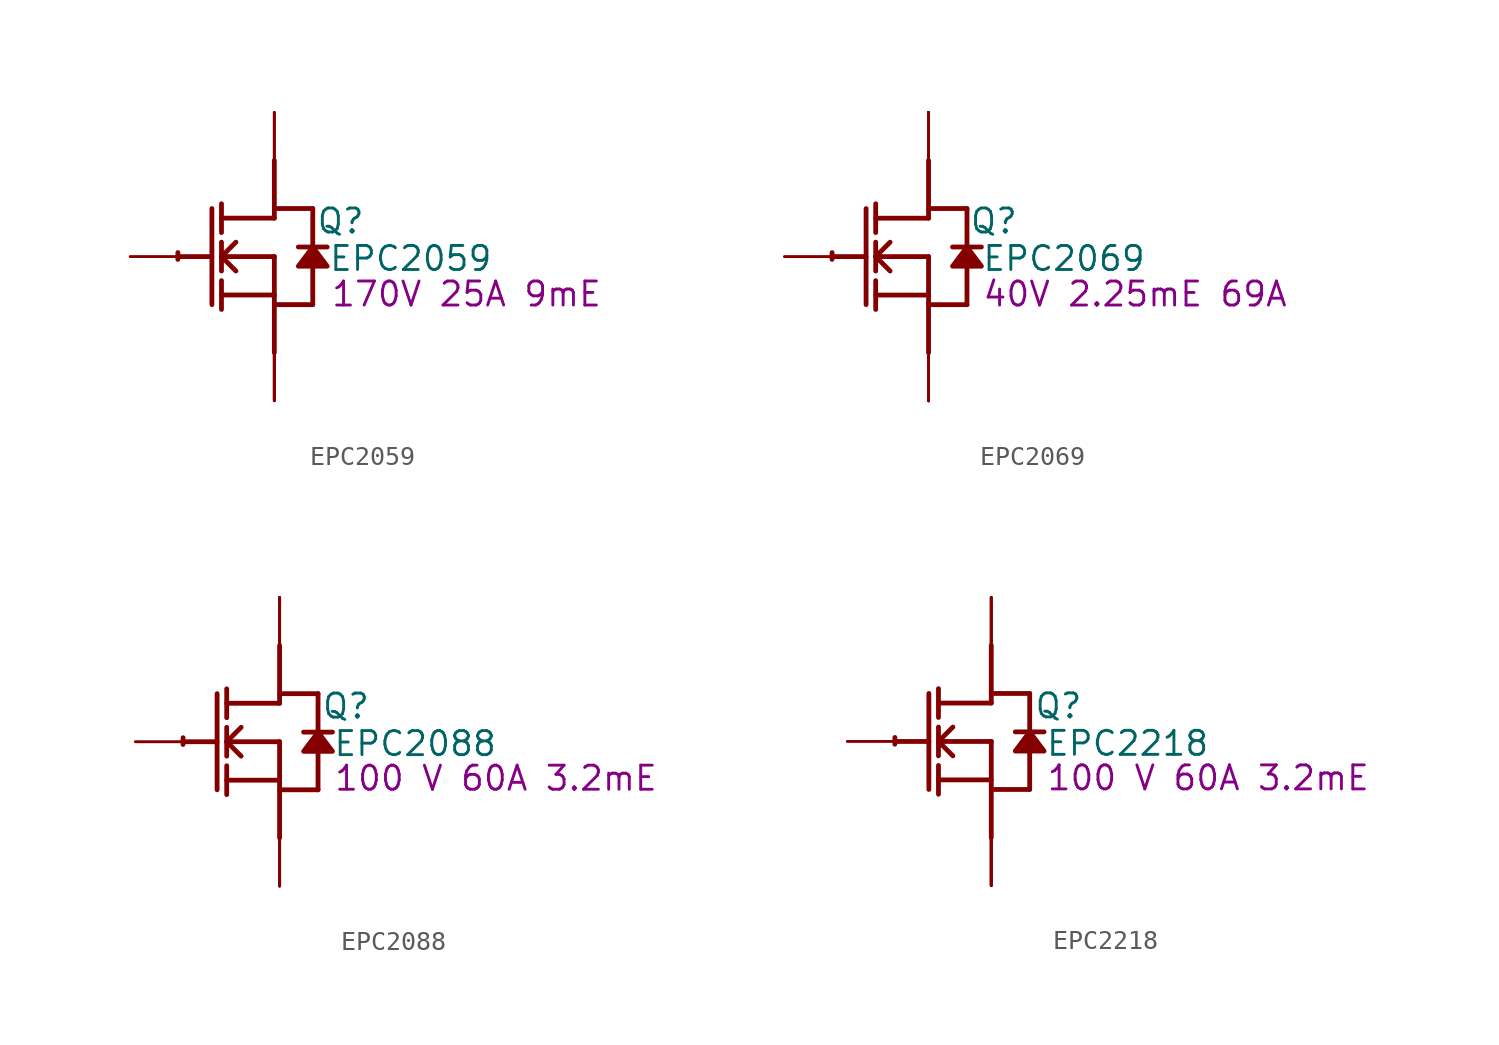
<source format=kicad_sym>
(kicad_symbol_lib
  (version 20220914)
  (generator kicad_symbol_editor)
  (symbol "EPC2059"
    (property "Reference" "Q"
      (at 3.505 1.88 0)
      (effects (font (size 1.27 1.27))))
    (property "Value" "EPC2059"
      (at 7.214 -0.102 0)
      (effects (font (size 1.27 1.27))))
    (property "Description" "170V 25A 9mE"
      (at 10.16 -1.981 0)
      (effects (font (size 1.27 1.27))))
    (symbol "EPC2059_1_0"
      (arc (start -5.0996 0.2128) (mid -5.1039 0.0331) (end -5.1019 -0.1467) (stroke (width 0.254) (type solid)) (fill (type none)))
      (polyline (pts (xy -5.08 0) (xy -3.302 0)) (stroke (width 0.254) (type solid)) (fill (type none)))
      (polyline (pts (xy -3.302 2.54) (xy -3.302 -2.54)) (stroke (width 0.254) (type solid)) (fill (type none)))
      (polyline (pts (xy -2.794 -2.794) (xy -2.794 -1.27)) (stroke (width 0.254) (type solid)) (fill (type none)))
      (polyline (pts (xy -2.794 -2.032) (xy 0 -2.032)) (stroke (width 0.254) (type solid)) (fill (type none)))
      (polyline (pts (xy -2.794 -0.762) (xy -2.794 0.762)) (stroke (width 0.254) (type solid)) (fill (type none)))
      (polyline (pts (xy -2.794 0) (xy -2.032 0.762)) (stroke (width 0.254) (type solid)) (fill (type none)))
      (polyline (pts (xy -2.794 0) (xy 0 0)) (stroke (width 0.254) (type solid)) (fill (type none)))
      (polyline (pts (xy -2.794 1.27) (xy -2.794 2.794)) (stroke (width 0.254) (type solid)) (fill (type none)))
      (polyline (pts (xy -2.032 -0.762) (xy -2.794 0)) (stroke (width 0.254) (type solid)) (fill (type none)))
      (polyline (pts (xy 0 -2.54) (xy 2.032 -2.54)) (stroke (width 0.254) (type solid)) (fill (type none)))
      (polyline (pts (xy 0 0) (xy 0 -5.08)) (stroke (width 0.254) (type solid)) (fill (type none)))
      (polyline (pts (xy 0 2.032) (xy -2.794 2.032)) (stroke (width 0.254) (type solid)) (fill (type none)))
      (polyline (pts (xy 0 2.032) (xy 0 5.08)) (stroke (width 0.254) (type solid)) (fill (type none)))
      (polyline (pts (xy 0 2.54) (xy 2.032 2.54)) (stroke (width 0.254) (type solid)) (fill (type none)))
      (polyline (pts (xy 2.032 -0.508) (xy 2.032 -2.54)) (stroke (width 0.254) (type solid)) (fill (type none)))
      (polyline (pts (xy 2.032 2.54) (xy 2.032 0.508)) (stroke (width 0.254) (type solid)) (fill (type none)))
      (polyline (pts (xy 2.794 0.508) (xy 1.27 0.508)) (stroke (width 0.254) (type solid)) (fill (type none)))
      (polyline (pts (xy 2.032 0.508) (xy 1.27 -0.508) (xy 2.794 -0.508) (xy 2.032 0.508)) (stroke (width 0.254) (type solid)) (fill (type outline)))
      (pin passive line (at -7.62 0 0) (length 2.54) (name "G" (effects (font (size 0 0)))) (number "1" (effects (font (size 0 0)))))
      (pin passive line (at 0 -7.62 90) (length 2.54) (name "S" (effects (font (size 0 0)))) (number "2" (effects (font (size 0 0)))))
      (pin passive line (at 0 7.62 270) (length 2.54) (name "D" (effects (font (size 0 0)))) (number "3" (effects (font (size 0 0)))))
      (pin passive line (at 0 -7.62 90) (length 2.54) (name "S" (effects (font (size 0 0)))) (number "4" (effects (font (size 0 0)))))
      (pin passive line (at 0 7.62 270) (length 2.54) (name "D" (effects (font (size 0 0)))) (number "5" (effects (font (size 0 0)))))
      (pin passive line (at 0 -7.62 90) (length 2.54) (name "S" (effects (font (size 0 0)))) (number "6" (effects (font (size 0 0)))))))
  (symbol "EPC2069"
    (property "Reference" "Q"
      (at 3.454 1.88 0)
      (effects (font (size 1.27 1.27))))
    (property "Value" "EPC2069"
      (at 7.163 -0.102 0)
      (effects (font (size 1.27 1.27))))
    (property "Description" "40V 2.25mE 69A"
      (at 10.922 -1.981 0)
      (effects (font (size 1.27 1.27))))
    (symbol "EPC2069_1_0"
      (arc (start -5.0996 0.2128) (mid -5.1039 0.0331) (end -5.1019 -0.1467) (stroke (width 0.254) (type solid)) (fill (type none)))
      (polyline (pts (xy -5.08 0) (xy -3.302 0)) (stroke (width 0.254) (type solid)) (fill (type none)))
      (polyline (pts (xy -3.302 2.54) (xy -3.302 -2.54)) (stroke (width 0.254) (type solid)) (fill (type none)))
      (polyline (pts (xy -2.794 -2.794) (xy -2.794 -1.27)) (stroke (width 0.254) (type solid)) (fill (type none)))
      (polyline (pts (xy -2.794 -2.032) (xy 0 -2.032)) (stroke (width 0.254) (type solid)) (fill (type none)))
      (polyline (pts (xy -2.794 -0.762) (xy -2.794 0.762)) (stroke (width 0.254) (type solid)) (fill (type none)))
      (polyline (pts (xy -2.794 0) (xy -2.032 0.762)) (stroke (width 0.254) (type solid)) (fill (type none)))
      (polyline (pts (xy -2.794 0) (xy 0 0)) (stroke (width 0.254) (type solid)) (fill (type none)))
      (polyline (pts (xy -2.794 1.27) (xy -2.794 2.794)) (stroke (width 0.254) (type solid)) (fill (type none)))
      (polyline (pts (xy -2.032 -0.762) (xy -2.794 0)) (stroke (width 0.254) (type solid)) (fill (type none)))
      (polyline (pts (xy 0 -2.54) (xy 2.032 -2.54)) (stroke (width 0.254) (type solid)) (fill (type none)))
      (polyline (pts (xy 0 0) (xy 0 -5.08)) (stroke (width 0.254) (type solid)) (fill (type none)))
      (polyline (pts (xy 0 2.032) (xy -2.794 2.032)) (stroke (width 0.254) (type solid)) (fill (type none)))
      (polyline (pts (xy 0 2.032) (xy 0 5.08)) (stroke (width 0.254) (type solid)) (fill (type none)))
      (polyline (pts (xy 0 2.54) (xy 2.032 2.54)) (stroke (width 0.254) (type solid)) (fill (type none)))
      (polyline (pts (xy 2.032 -0.508) (xy 2.032 -2.54)) (stroke (width 0.254) (type solid)) (fill (type none)))
      (polyline (pts (xy 2.032 2.54) (xy 2.032 0.508)) (stroke (width 0.254) (type solid)) (fill (type none)))
      (polyline (pts (xy 2.794 0.508) (xy 1.27 0.508)) (stroke (width 0.254) (type solid)) (fill (type none)))
      (polyline (pts (xy 2.032 0.508) (xy 1.27 -0.508) (xy 2.794 -0.508) (xy 2.032 0.508)) (stroke (width 0.254) (type solid)) (fill (type outline)))
      (pin passive line (at -7.62 0 0) (length 2.54) (name "G" (effects (font (size 0 0)))) (number "1" (effects (font (size 0 0)))))
      (pin open_emitter line (at 0 -7.62 90) (length 2.54) (name "S5" (effects (font (size 0 0)))) (number "10" (effects (font (size 0 0)))))
      (pin open_collector line (at 0 7.62 270) (length 2.54) (name "D5" (effects (font (size 0 0)))) (number "11" (effects (font (size 0 0)))))
      (pin open_collector line (at 0 7.62 270) (length 2.54) (name "D6" (effects (font (size 0 0)))) (number "12" (effects (font (size 0 0)))))
      (pin open_emitter line (at 0 -7.62 90) (length 2.54) (name "S6" (effects (font (size 0 0)))) (number "13" (effects (font (size 0 0)))))
      (pin open_emitter line (at 0 -7.62 90) (length 2.54) (name "S7" (effects (font (size 0 0)))) (number "14" (effects (font (size 0 0)))))
      (pin open_collector line (at 0 7.62 270) (length 2.54) (name "D7" (effects (font (size 0 0)))) (number "15" (effects (font (size 0 0)))))
      (pin open_collector line (at 0 7.62 270) (length 2.54) (name "D8" (effects (font (size 0 0)))) (number "16" (effects (font (size 0 0)))))
      (pin open_emitter line (at 0 -7.62 90) (length 2.54) (name "S1" (effects (font (size 0 0)))) (number "2" (effects (font (size 0 0)))))
      (pin open_collector line (at 0 7.62 270) (length 2.54) (name "D1" (effects (font (size 0 0)))) (number "3" (effects (font (size 0 0)))))
      (pin open_collector line (at 0 7.62 270) (length 2.54) (name "D2" (effects (font (size 0 0)))) (number "4" (effects (font (size 0 0)))))
      (pin open_emitter line (at 0 -7.62 90) (length 2.54) (name "S2" (effects (font (size 0 0)))) (number "5" (effects (font (size 0 0)))))
      (pin open_emitter line (at 0 -7.62 90) (length 2.54) (name "S3" (effects (font (size 0 0)))) (number "6" (effects (font (size 0 0)))))
      (pin open_collector line (at 0 7.62 270) (length 2.54) (name "D3" (effects (font (size 0 0)))) (number "7" (effects (font (size 0 0)))))
      (pin open_collector line (at 0 7.62 270) (length 2.54) (name "D4" (effects (font (size 0 0)))) (number "8" (effects (font (size 0 0)))))
      (pin open_emitter line (at 0 -7.62 90) (length 2.54) (name "S4" (effects (font (size 0 0)))) (number "9" (effects (font (size 0 0)))))))
  (symbol "EPC2088"
    (property "Reference" "Q"
      (at 3.505 1.88 0)
      (effects (font (size 1.27 1.27))))
    (property "Value" "EPC2088"
      (at 7.163 -0.102 0)
      (effects (font (size 1.27 1.27))))
    (property "Description" "100 V 60A 3.2mE"
      (at 11.43 -1.93 0)
      (effects (font (size 1.27 1.27))))
    (symbol "EPC2088_1_0"
      (arc (start -5.0996 0.2128) (mid -5.1039 0.0331) (end -5.1019 -0.1467) (stroke (width 0.254) (type solid)) (fill (type none)))
      (polyline (pts (xy -5.08 0) (xy -3.302 0)) (stroke (width 0.254) (type solid)) (fill (type none)))
      (polyline (pts (xy -3.302 2.54) (xy -3.302 -2.54)) (stroke (width 0.254) (type solid)) (fill (type none)))
      (polyline (pts (xy -2.794 -2.794) (xy -2.794 -1.27)) (stroke (width 0.254) (type solid)) (fill (type none)))
      (polyline (pts (xy -2.794 -2.032) (xy 0 -2.032)) (stroke (width 0.254) (type solid)) (fill (type none)))
      (polyline (pts (xy -2.794 -0.762) (xy -2.794 0.762)) (stroke (width 0.254) (type solid)) (fill (type none)))
      (polyline (pts (xy -2.794 0) (xy -2.032 0.762)) (stroke (width 0.254) (type solid)) (fill (type none)))
      (polyline (pts (xy -2.794 0) (xy 0 0)) (stroke (width 0.254) (type solid)) (fill (type none)))
      (polyline (pts (xy -2.794 1.27) (xy -2.794 2.794)) (stroke (width 0.254) (type solid)) (fill (type none)))
      (polyline (pts (xy -2.032 -0.762) (xy -2.794 0)) (stroke (width 0.254) (type solid)) (fill (type none)))
      (polyline (pts (xy 0 -2.54) (xy 2.032 -2.54)) (stroke (width 0.254) (type solid)) (fill (type none)))
      (polyline (pts (xy 0 0) (xy 0 -5.08)) (stroke (width 0.254) (type solid)) (fill (type none)))
      (polyline (pts (xy 0 2.032) (xy -2.794 2.032)) (stroke (width 0.254) (type solid)) (fill (type none)))
      (polyline (pts (xy 0 2.032) (xy 0 5.08)) (stroke (width 0.254) (type solid)) (fill (type none)))
      (polyline (pts (xy 0 2.54) (xy 2.032 2.54)) (stroke (width 0.254) (type solid)) (fill (type none)))
      (polyline (pts (xy 2.032 -0.508) (xy 2.032 -2.54)) (stroke (width 0.254) (type solid)) (fill (type none)))
      (polyline (pts (xy 2.032 2.54) (xy 2.032 0.508)) (stroke (width 0.254) (type solid)) (fill (type none)))
      (polyline (pts (xy 2.794 0.508) (xy 1.27 0.508)) (stroke (width 0.254) (type solid)) (fill (type none)))
      (polyline (pts (xy 2.032 0.508) (xy 1.27 -0.508) (xy 2.794 -0.508) (xy 2.032 0.508)) (stroke (width 0.254) (type solid)) (fill (type outline)))
      (pin passive line (at -7.62 0 0) (length 2.54) (name "G" (effects (font (size 0 0)))) (number "1" (effects (font (size 0 0)))))
      (pin passive line (at 0 -7.62 90) (length 2.54) (name "S" (effects (font (size 0 0)))) (number "2" (effects (font (size 0 0)))))
      (pin passive line (at 0 7.62 270) (length 2.54) (name "D" (effects (font (size 0 0)))) (number "3" (effects (font (size 0 0)))))
      (pin passive line (at 0 -7.62 90) (length 2.54) (name "S" (effects (font (size 0 0)))) (number "4" (effects (font (size 0 0)))))
      (pin passive line (at 0 7.62 270) (length 2.54) (name "D" (effects (font (size 0 0)))) (number "5" (effects (font (size 0 0)))))
      (pin passive line (at 0 -7.62 90) (length 2.54) (name "S" (effects (font (size 0 0)))) (number "6" (effects (font (size 0 0)))))
      (pin passive line (at 0 7.62 270) (length 2.54) (name "D" (effects (font (size 0 0)))) (number "7" (effects (font (size 0 0)))))
      (pin passive line (at 0 -7.62 90) (length 2.54) (name "S" (effects (font (size 0 0)))) (number "8" (effects (font (size 0 0)))))))
  (symbol "EPC2218"
    (property "Reference" "Q"
      (at 3.556 1.88 0)
      (effects (font (size 1.27 1.27))))
    (property "Value" "EPC2218"
      (at 7.214 -0.102 0)
      (effects (font (size 1.27 1.27))))
    (property "Description" "100 V 60A 3.2mE"
      (at 11.481 -1.93 0)
      (effects (font (size 1.27 1.27))))
    (symbol "EPC2218_1_0"
      (arc (start -5.0996 0.2128) (mid -5.1039 0.0331) (end -5.1019 -0.1467) (stroke (width 0.254) (type solid)) (fill (type none)))
      (polyline (pts (xy -5.08 0) (xy -3.302 0)) (stroke (width 0.254) (type solid)) (fill (type none)))
      (polyline (pts (xy -3.302 2.54) (xy -3.302 -2.54)) (stroke (width 0.254) (type solid)) (fill (type none)))
      (polyline (pts (xy -2.794 -2.794) (xy -2.794 -1.27)) (stroke (width 0.254) (type solid)) (fill (type none)))
      (polyline (pts (xy -2.794 -2.032) (xy 0 -2.032)) (stroke (width 0.254) (type solid)) (fill (type none)))
      (polyline (pts (xy -2.794 -0.762) (xy -2.794 0.762)) (stroke (width 0.254) (type solid)) (fill (type none)))
      (polyline (pts (xy -2.794 0) (xy -2.032 0.762)) (stroke (width 0.254) (type solid)) (fill (type none)))
      (polyline (pts (xy -2.794 0) (xy 0 0)) (stroke (width 0.254) (type solid)) (fill (type none)))
      (polyline (pts (xy -2.794 1.27) (xy -2.794 2.794)) (stroke (width 0.254) (type solid)) (fill (type none)))
      (polyline (pts (xy -2.032 -0.762) (xy -2.794 0)) (stroke (width 0.254) (type solid)) (fill (type none)))
      (polyline (pts (xy 0 -2.54) (xy 2.032 -2.54)) (stroke (width 0.254) (type solid)) (fill (type none)))
      (polyline (pts (xy 0 0) (xy 0 -5.08)) (stroke (width 0.254) (type solid)) (fill (type none)))
      (polyline (pts (xy 0 2.032) (xy -2.794 2.032)) (stroke (width 0.254) (type solid)) (fill (type none)))
      (polyline (pts (xy 0 2.032) (xy 0 5.08)) (stroke (width 0.254) (type solid)) (fill (type none)))
      (polyline (pts (xy 0 2.54) (xy 2.032 2.54)) (stroke (width 0.254) (type solid)) (fill (type none)))
      (polyline (pts (xy 2.032 -0.508) (xy 2.032 -2.54)) (stroke (width 0.254) (type solid)) (fill (type none)))
      (polyline (pts (xy 2.032 2.54) (xy 2.032 0.508)) (stroke (width 0.254) (type solid)) (fill (type none)))
      (polyline (pts (xy 2.794 0.508) (xy 1.27 0.508)) (stroke (width 0.254) (type solid)) (fill (type none)))
      (polyline (pts (xy 2.032 0.508) (xy 1.27 -0.508) (xy 2.794 -0.508) (xy 2.032 0.508)) (stroke (width 0.254) (type solid)) (fill (type outline)))
      (pin passive line (at -7.62 0 0) (length 2.54) (name "G" (effects (font (size 0 0)))) (number "1" (effects (font (size 0 0)))))
      (pin passive line (at 0 -7.62 90) (length 2.54) (name "S" (effects (font (size 0 0)))) (number "2" (effects (font (size 0 0)))))
      (pin passive line (at 0 7.62 270) (length 2.54) (name "D" (effects (font (size 0 0)))) (number "3" (effects (font (size 0 0)))))
      (pin passive line (at 0 -7.62 90) (length 2.54) (name "S" (effects (font (size 0 0)))) (number "4" (effects (font (size 0 0)))))
      (pin passive line (at 0 7.62 270) (length 2.54) (name "D" (effects (font (size 0 0)))) (number "5" (effects (font (size 0 0)))))
      (pin passive line (at 0 -7.62 90) (length 2.54) (name "S" (effects (font (size 0 0)))) (number "6" (effects (font (size 0 0)))))
      (pin passive line (at 0 7.62 270) (length 2.54) (name "D" (effects (font (size 0 0)))) (number "7" (effects (font (size 0 0)))))
      (pin passive line (at 0 -7.62 90) (length 2.54) (name "S" (effects (font (size 0 0)))) (number "8" (effects (font (size 0 0))))))))
</source>
